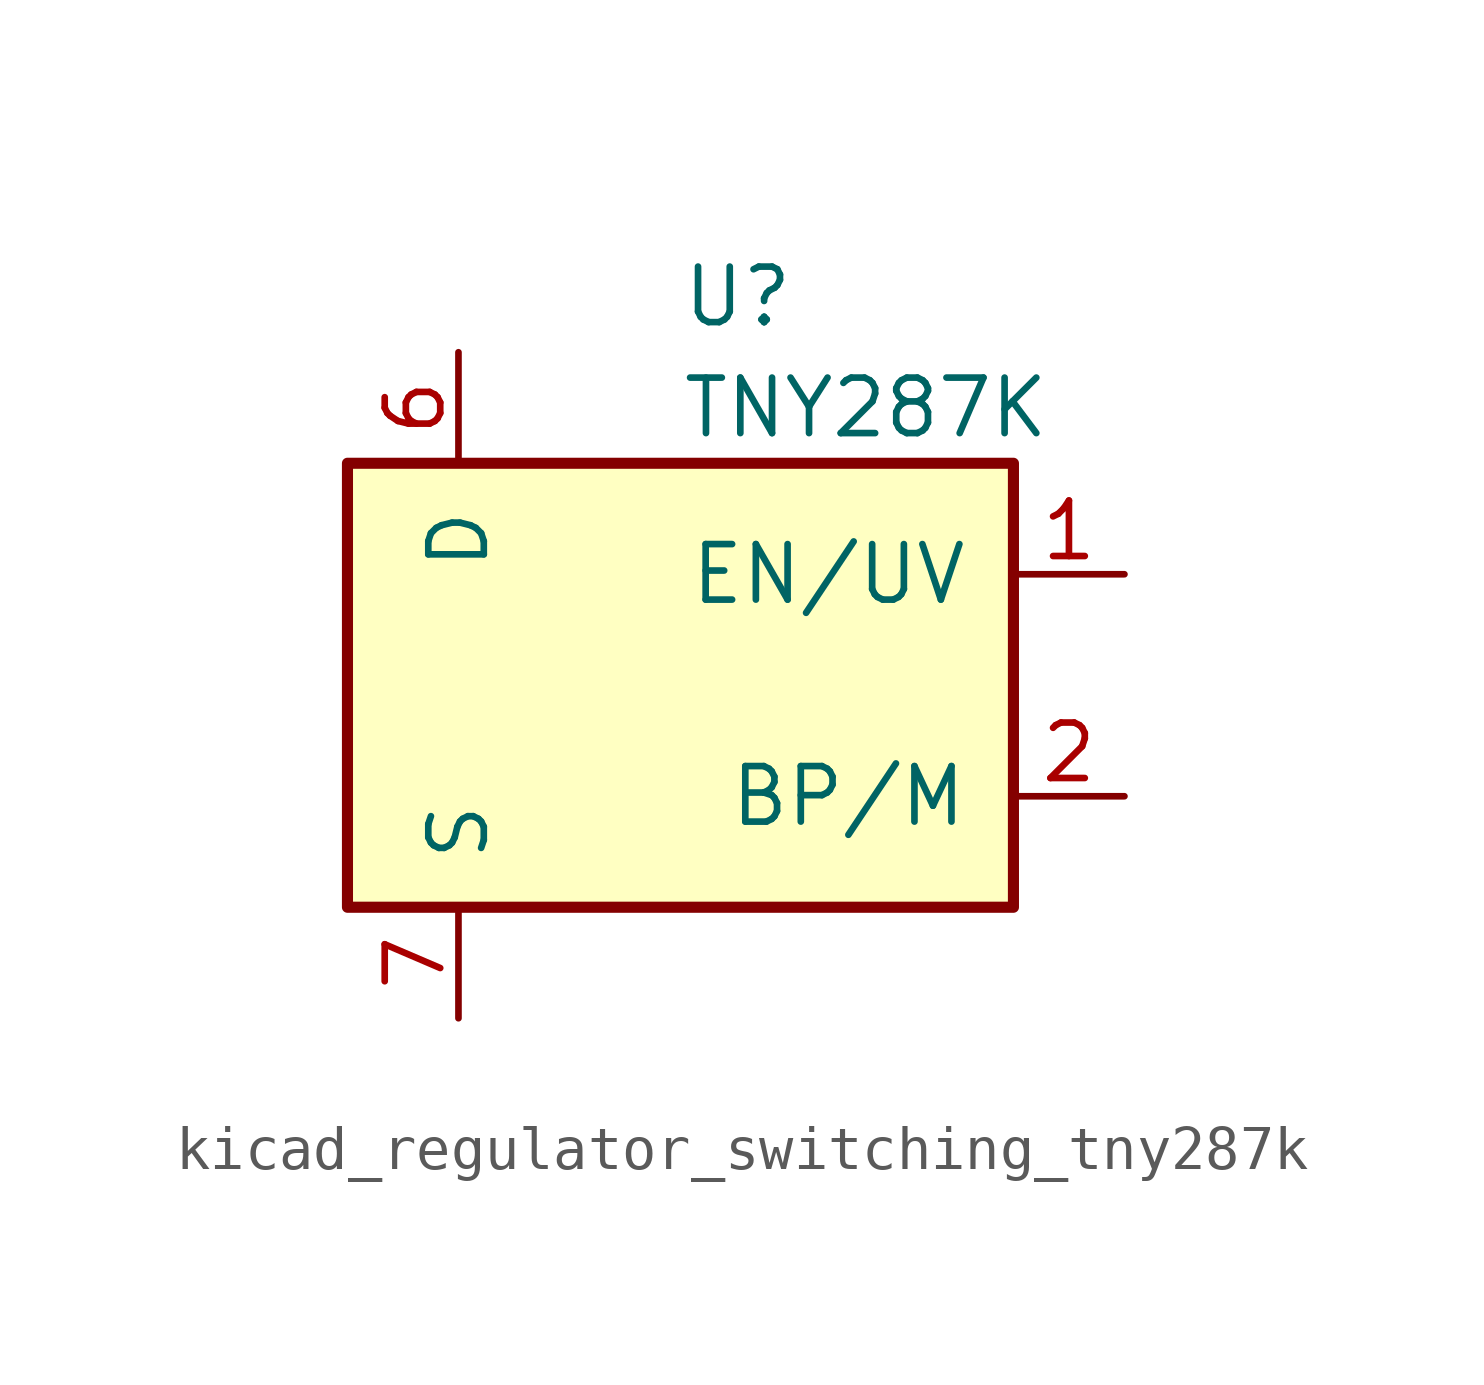
<source format=kicad_sym>
(kicad_symbol_lib
  (version 20220914)
  (generator kicad_symbol_editor)
  (symbol "kicad_regulator_switching_tny287k"
    (pin_names
      (offset 1.016))
    (property "Reference" "U"
      (at 0 8.89 0)
      (effects (font (size 1.27 1.27)) (justify left)))
    (property "Value" "TNY287K"
      (at 0 6.35 0)
      (effects (font (size 1.27 1.27)) (justify left)))
    (symbol "kicad_regulator_switching_tny287k_0_1"
      (rectangle (start -7.62 5.08) (end 7.62 -5.08) (stroke (width 0.254) (type default)) (fill (type background))))
    (symbol "kicad_regulator_switching_tny287k_1_1"
      (pin input line (at 10.16 2.54 180) (length 2.54) (name "EN/UV" (effects (font (size 1.27 1.27)))) (number "1" (effects (font (size 1.27 1.27)))))
      (pin passive line (at -5.08 -7.62 90) (length 2.54) hide (name "S" (effects (font (size 1.27 1.27)))) (number "10" (effects (font (size 1.27 1.27)))))
      (pin passive line (at -5.08 -7.62 90) (length 2.54) hide (name "S" (effects (font (size 1.27 1.27)))) (number "11" (effects (font (size 1.27 1.27)))))
      (pin passive line (at -5.08 -7.62 90) (length 2.54) hide (name "S" (effects (font (size 1.27 1.27)))) (number "12" (effects (font (size 1.27 1.27)))))
      (pin passive line (at -5.08 -7.62 90) (length 2.54) hide (name "S" (effects (font (size 1.27 1.27)))) (number "13" (effects (font (size 1.27 1.27)))))
      (pin input line (at 10.16 -2.54 180) (length 2.54) (name "BP/M" (effects (font (size 1.27 1.27)))) (number "2" (effects (font (size 1.27 1.27)))))
      (pin no_connect line (at -2.54 5.08 270) (length 2.54) hide (name "NC" (effects (font (size 1.27 1.27)))) (number "3" (effects (font (size 1.27 1.27)))))
      (pin no_connect line (at 0 5.08 270) (length 2.54) hide (name "NC" (effects (font (size 1.27 1.27)))) (number "4" (effects (font (size 1.27 1.27)))))
      (pin open_collector line (at -5.08 7.62 270) (length 2.54) (name "D" (effects (font (size 1.27 1.27)))) (number "6" (effects (font (size 1.27 1.27)))))
      (pin power_in line (at -5.08 -7.62 90) (length 2.54) (name "S" (effects (font (size 1.27 1.27)))) (number "7" (effects (font (size 1.27 1.27)))))
      (pin passive line (at -5.08 -7.62 90) (length 2.54) hide (name "S" (effects (font (size 1.27 1.27)))) (number "8" (effects (font (size 1.27 1.27)))))
      (pin passive line (at -5.08 -7.62 90) (length 2.54) hide (name "S" (effects (font (size 1.27 1.27)))) (number "9" (effects (font (size 1.27 1.27))))))))
</source>
